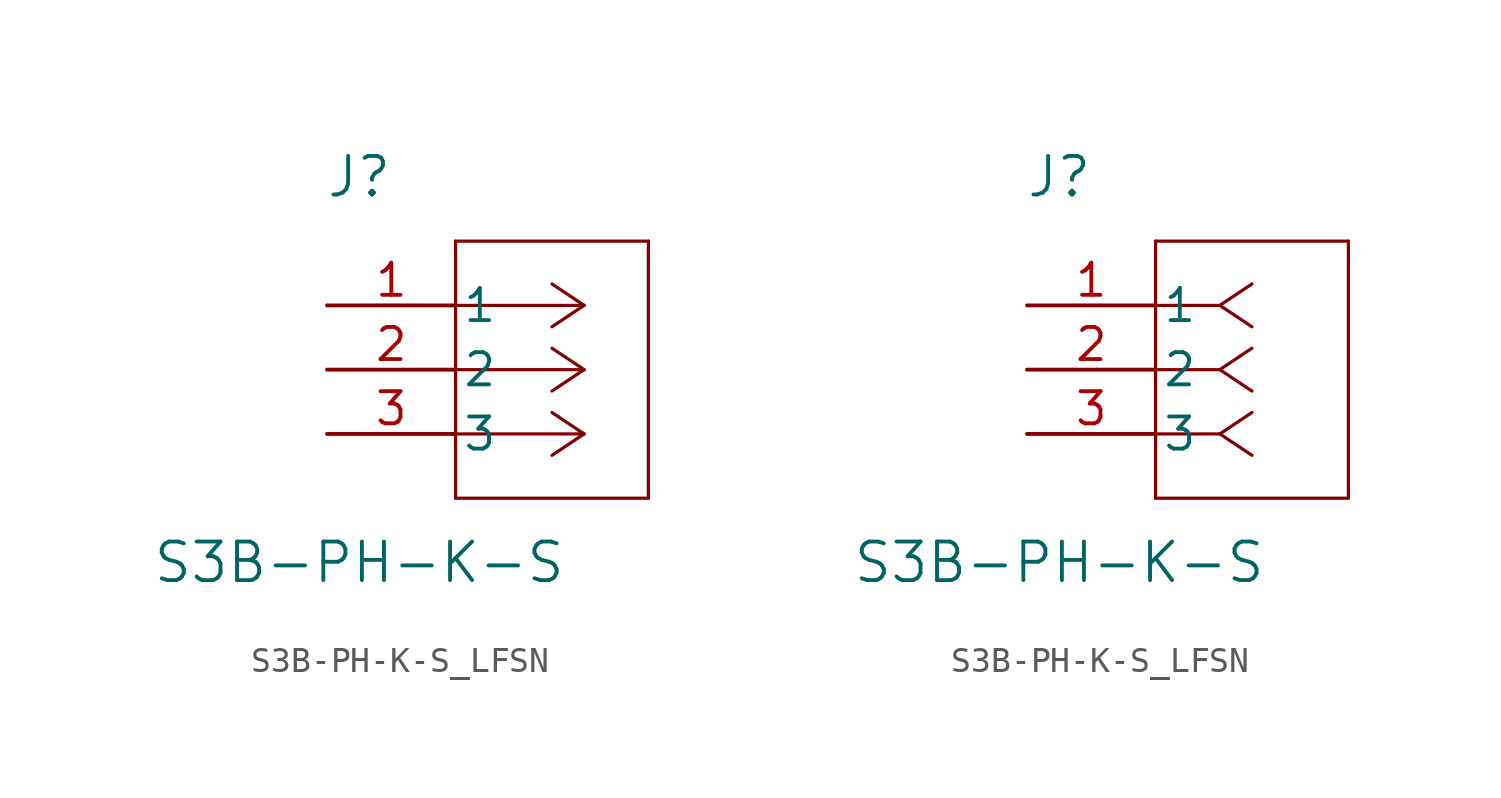
<source format=kicad_sym>
(kicad_symbol_lib
  (version 20220914)
  (generator kicad_symbol_editor)
  (symbol "S3B-PH-K-S_LFSN"
    (pin_names
      (offset 0.254))
    (property "Reference" "J"
      (at 1.27 5.08 0)
      (effects (font (size 1.524 1.524))))
    (property "Value" "S3B-PH-K-S"
      (at 1.27 -10.16 0)
      (effects (font (size 1.524 1.524))))
    (symbol "S3B-PH-K-S_LFSN_1_1"
      (polyline (pts (xy 5.08 -7.62) (xy 12.7 -7.62)) (stroke (width 0.127) (type default)) (fill (type none)))
      (polyline (pts (xy 5.08 2.54) (xy 5.08 -7.62)) (stroke (width 0.127) (type default)) (fill (type none)))
      (polyline (pts (xy 10.16 -5.08) (xy 5.08 -5.08)) (stroke (width 0.127) (type default)) (fill (type none)))
      (polyline (pts (xy 10.16 -5.08) (xy 8.89 -5.927)) (stroke (width 0.127) (type default)) (fill (type none)))
      (polyline (pts (xy 10.16 -5.08) (xy 8.89 -4.233)) (stroke (width 0.127) (type default)) (fill (type none)))
      (polyline (pts (xy 10.16 -2.54) (xy 5.08 -2.54)) (stroke (width 0.127) (type default)) (fill (type none)))
      (polyline (pts (xy 10.16 -2.54) (xy 8.89 -3.387)) (stroke (width 0.127) (type default)) (fill (type none)))
      (polyline (pts (xy 10.16 -2.54) (xy 8.89 -1.693)) (stroke (width 0.127) (type default)) (fill (type none)))
      (polyline (pts (xy 10.16 0) (xy 5.08 0)) (stroke (width 0.127) (type default)) (fill (type none)))
      (polyline (pts (xy 10.16 0) (xy 8.89 -0.847)) (stroke (width 0.127) (type default)) (fill (type none)))
      (polyline (pts (xy 10.16 0) (xy 8.89 0.847)) (stroke (width 0.127) (type default)) (fill (type none)))
      (polyline (pts (xy 12.7 -7.62) (xy 12.7 2.54)) (stroke (width 0.127) (type default)) (fill (type none)))
      (polyline (pts (xy 12.7 2.54) (xy 5.08 2.54)) (stroke (width 0.127) (type default)) (fill (type none)))
      (pin unspecified line (at 0 0 0) (length 5.08) (name "1" (effects (font (size 1.27 1.27)))) (number "1" (effects (font (size 1.27 1.27)))))
      (pin unspecified line (at 0 -2.54 0) (length 5.08) (name "2" (effects (font (size 1.27 1.27)))) (number "2" (effects (font (size 1.27 1.27)))))
      (pin unspecified line (at 0 -5.08 0) (length 5.08) (name "3" (effects (font (size 1.27 1.27)))) (number "3" (effects (font (size 1.27 1.27))))))
    (symbol "S3B-PH-K-S_LFSN_1_2"
      (polyline (pts (xy 5.08 -7.62) (xy 12.7 -7.62)) (stroke (width 0.127) (type default)) (fill (type none)))
      (polyline (pts (xy 5.08 2.54) (xy 5.08 -7.62)) (stroke (width 0.127) (type default)) (fill (type none)))
      (polyline (pts (xy 7.62 -5.08) (xy 5.08 -5.08)) (stroke (width 0.127) (type default)) (fill (type none)))
      (polyline (pts (xy 7.62 -5.08) (xy 8.89 -5.927)) (stroke (width 0.127) (type default)) (fill (type none)))
      (polyline (pts (xy 7.62 -5.08) (xy 8.89 -4.233)) (stroke (width 0.127) (type default)) (fill (type none)))
      (polyline (pts (xy 7.62 -2.54) (xy 5.08 -2.54)) (stroke (width 0.127) (type default)) (fill (type none)))
      (polyline (pts (xy 7.62 -2.54) (xy 8.89 -3.387)) (stroke (width 0.127) (type default)) (fill (type none)))
      (polyline (pts (xy 7.62 -2.54) (xy 8.89 -1.693)) (stroke (width 0.127) (type default)) (fill (type none)))
      (polyline (pts (xy 7.62 0) (xy 5.08 0)) (stroke (width 0.127) (type default)) (fill (type none)))
      (polyline (pts (xy 7.62 0) (xy 8.89 -0.847)) (stroke (width 0.127) (type default)) (fill (type none)))
      (polyline (pts (xy 7.62 0) (xy 8.89 0.847)) (stroke (width 0.127) (type default)) (fill (type none)))
      (polyline (pts (xy 12.7 -7.62) (xy 12.7 2.54)) (stroke (width 0.127) (type default)) (fill (type none)))
      (polyline (pts (xy 12.7 2.54) (xy 5.08 2.54)) (stroke (width 0.127) (type default)) (fill (type none)))
      (pin unspecified line (at 0 0 0) (length 5.08) (name "1" (effects (font (size 1.27 1.27)))) (number "1" (effects (font (size 1.27 1.27)))))
      (pin unspecified line (at 0 -2.54 0) (length 5.08) (name "2" (effects (font (size 1.27 1.27)))) (number "2" (effects (font (size 1.27 1.27)))))
      (pin unspecified line (at 0 -5.08 0) (length 5.08) (name "3" (effects (font (size 1.27 1.27)))) (number "3" (effects (font (size 1.27 1.27))))))))
</source>
